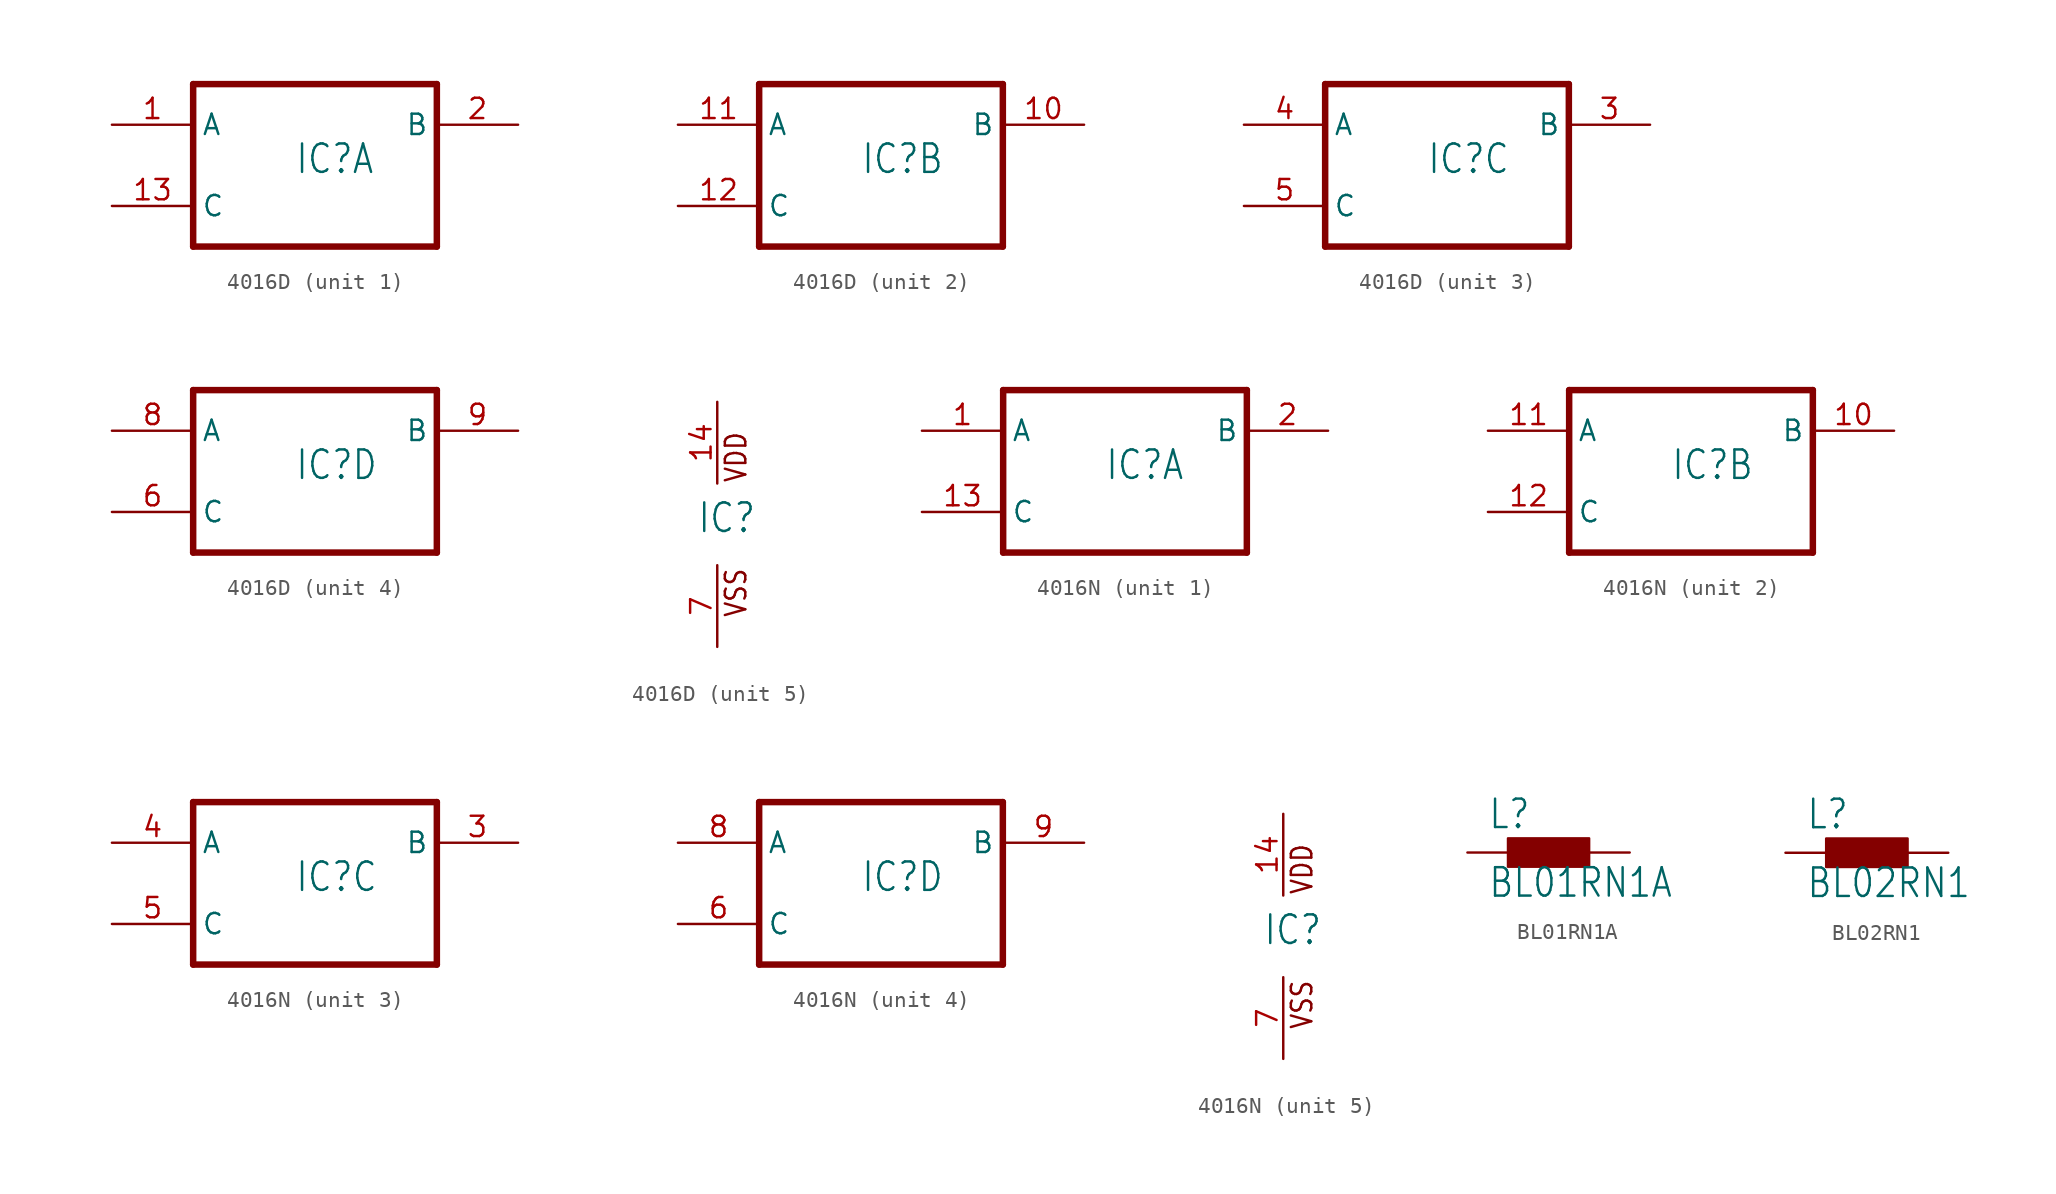
<source format=kicad_sym>
(kicad_symbol_lib
  (version 20211014)
  (generator kicad_symbol_editor)
  (symbol "4016D"
    (property "Reference" "IC"
      (at -1.27 -0.635 0)
      (effects (font (size 1.778 1.511)) (justify left bottom)))
    (property "ki_locked" ""
      (at 0 0 0)
      (effects (font (size 1.27 1.27))))
    (symbol "4016D_1_0"
      (polyline (pts (xy -7.62 -5.08) (xy 7.62 -5.08)) (stroke (width 0.406) (type default) (color 0 0 0 0)) (fill (type none)))
      (polyline (pts (xy -7.62 5.08) (xy -7.62 -5.08)) (stroke (width 0.406) (type default) (color 0 0 0 0)) (fill (type none)))
      (polyline (pts (xy 7.62 -5.08) (xy 7.62 5.08)) (stroke (width 0.406) (type default) (color 0 0 0 0)) (fill (type none)))
      (polyline (pts (xy 7.62 5.08) (xy -7.62 5.08)) (stroke (width 0.406) (type default) (color 0 0 0 0)) (fill (type none)))
      (pin tri_state line (at -12.7 2.54 0) (length 5.08) (name "A" (effects (font (size 1.27 1.27)))) (number "1" (effects (font (size 1.27 1.27)))))
      (pin input line (at -12.7 -2.54 0) (length 5.08) (name "C" (effects (font (size 1.27 1.27)))) (number "13" (effects (font (size 1.27 1.27)))))
      (pin tri_state line (at 12.7 2.54 180) (length 5.08) (name "B" (effects (font (size 1.27 1.27)))) (number "2" (effects (font (size 1.27 1.27))))))
    (symbol "4016D_2_0"
      (polyline (pts (xy -7.62 -5.08) (xy 7.62 -5.08)) (stroke (width 0.406) (type default) (color 0 0 0 0)) (fill (type none)))
      (polyline (pts (xy -7.62 5.08) (xy -7.62 -5.08)) (stroke (width 0.406) (type default) (color 0 0 0 0)) (fill (type none)))
      (polyline (pts (xy 7.62 -5.08) (xy 7.62 5.08)) (stroke (width 0.406) (type default) (color 0 0 0 0)) (fill (type none)))
      (polyline (pts (xy 7.62 5.08) (xy -7.62 5.08)) (stroke (width 0.406) (type default) (color 0 0 0 0)) (fill (type none)))
      (pin tri_state line (at 12.7 2.54 180) (length 5.08) (name "B" (effects (font (size 1.27 1.27)))) (number "10" (effects (font (size 1.27 1.27)))))
      (pin tri_state line (at -12.7 2.54 0) (length 5.08) (name "A" (effects (font (size 1.27 1.27)))) (number "11" (effects (font (size 1.27 1.27)))))
      (pin input line (at -12.7 -2.54 0) (length 5.08) (name "C" (effects (font (size 1.27 1.27)))) (number "12" (effects (font (size 1.27 1.27))))))
    (symbol "4016D_3_0"
      (polyline (pts (xy -7.62 -5.08) (xy 7.62 -5.08)) (stroke (width 0.406) (type default) (color 0 0 0 0)) (fill (type none)))
      (polyline (pts (xy -7.62 5.08) (xy -7.62 -5.08)) (stroke (width 0.406) (type default) (color 0 0 0 0)) (fill (type none)))
      (polyline (pts (xy 7.62 -5.08) (xy 7.62 5.08)) (stroke (width 0.406) (type default) (color 0 0 0 0)) (fill (type none)))
      (polyline (pts (xy 7.62 5.08) (xy -7.62 5.08)) (stroke (width 0.406) (type default) (color 0 0 0 0)) (fill (type none)))
      (pin tri_state line (at 12.7 2.54 180) (length 5.08) (name "B" (effects (font (size 1.27 1.27)))) (number "3" (effects (font (size 1.27 1.27)))))
      (pin tri_state line (at -12.7 2.54 0) (length 5.08) (name "A" (effects (font (size 1.27 1.27)))) (number "4" (effects (font (size 1.27 1.27)))))
      (pin input line (at -12.7 -2.54 0) (length 5.08) (name "C" (effects (font (size 1.27 1.27)))) (number "5" (effects (font (size 1.27 1.27))))))
    (symbol "4016D_4_0"
      (polyline (pts (xy -7.62 -5.08) (xy 7.62 -5.08)) (stroke (width 0.406) (type default) (color 0 0 0 0)) (fill (type none)))
      (polyline (pts (xy -7.62 5.08) (xy -7.62 -5.08)) (stroke (width 0.406) (type default) (color 0 0 0 0)) (fill (type none)))
      (polyline (pts (xy 7.62 -5.08) (xy 7.62 5.08)) (stroke (width 0.406) (type default) (color 0 0 0 0)) (fill (type none)))
      (polyline (pts (xy 7.62 5.08) (xy -7.62 5.08)) (stroke (width 0.406) (type default) (color 0 0 0 0)) (fill (type none)))
      (pin input line (at -12.7 -2.54 0) (length 5.08) (name "C" (effects (font (size 1.27 1.27)))) (number "6" (effects (font (size 1.27 1.27)))))
      (pin tri_state line (at -12.7 2.54 0) (length 5.08) (name "A" (effects (font (size 1.27 1.27)))) (number "8" (effects (font (size 1.27 1.27)))))
      (pin tri_state line (at 12.7 2.54 180) (length 5.08) (name "B" (effects (font (size 1.27 1.27)))) (number "9" (effects (font (size 1.27 1.27))))))
    (symbol "4016D_5_0"
      (text "VDD" (at 1.905 2.54 900) (effects (font (size 1.27 1.079)) (justify left bottom)))
      (text "VSS" (at 1.905 -5.842 900) (effects (font (size 1.27 1.079)) (justify left bottom)))
      (pin power_in line (at 0 7.62 270) (length 5.08) (name "VDD" (effects (font (size 0 0)))) (number "14" (effects (font (size 1.27 1.27)))))
      (pin power_in line (at 0 -7.62 90) (length 5.08) (name "VSS" (effects (font (size 0 0)))) (number "7" (effects (font (size 1.27 1.27)))))))
  (symbol "4016N"
    (property "Reference" "IC"
      (at -1.27 -0.635 0)
      (effects (font (size 1.778 1.511)) (justify left bottom)))
    (property "ki_locked" ""
      (at 0 0 0)
      (effects (font (size 1.27 1.27))))
    (symbol "4016N_1_0"
      (polyline (pts (xy -7.62 -5.08) (xy 7.62 -5.08)) (stroke (width 0.406) (type default) (color 0 0 0 0)) (fill (type none)))
      (polyline (pts (xy -7.62 5.08) (xy -7.62 -5.08)) (stroke (width 0.406) (type default) (color 0 0 0 0)) (fill (type none)))
      (polyline (pts (xy 7.62 -5.08) (xy 7.62 5.08)) (stroke (width 0.406) (type default) (color 0 0 0 0)) (fill (type none)))
      (polyline (pts (xy 7.62 5.08) (xy -7.62 5.08)) (stroke (width 0.406) (type default) (color 0 0 0 0)) (fill (type none)))
      (pin tri_state line (at -12.7 2.54 0) (length 5.08) (name "A" (effects (font (size 1.27 1.27)))) (number "1" (effects (font (size 1.27 1.27)))))
      (pin input line (at -12.7 -2.54 0) (length 5.08) (name "C" (effects (font (size 1.27 1.27)))) (number "13" (effects (font (size 1.27 1.27)))))
      (pin tri_state line (at 12.7 2.54 180) (length 5.08) (name "B" (effects (font (size 1.27 1.27)))) (number "2" (effects (font (size 1.27 1.27))))))
    (symbol "4016N_2_0"
      (polyline (pts (xy -7.62 -5.08) (xy 7.62 -5.08)) (stroke (width 0.406) (type default) (color 0 0 0 0)) (fill (type none)))
      (polyline (pts (xy -7.62 5.08) (xy -7.62 -5.08)) (stroke (width 0.406) (type default) (color 0 0 0 0)) (fill (type none)))
      (polyline (pts (xy 7.62 -5.08) (xy 7.62 5.08)) (stroke (width 0.406) (type default) (color 0 0 0 0)) (fill (type none)))
      (polyline (pts (xy 7.62 5.08) (xy -7.62 5.08)) (stroke (width 0.406) (type default) (color 0 0 0 0)) (fill (type none)))
      (pin tri_state line (at 12.7 2.54 180) (length 5.08) (name "B" (effects (font (size 1.27 1.27)))) (number "10" (effects (font (size 1.27 1.27)))))
      (pin tri_state line (at -12.7 2.54 0) (length 5.08) (name "A" (effects (font (size 1.27 1.27)))) (number "11" (effects (font (size 1.27 1.27)))))
      (pin input line (at -12.7 -2.54 0) (length 5.08) (name "C" (effects (font (size 1.27 1.27)))) (number "12" (effects (font (size 1.27 1.27))))))
    (symbol "4016N_3_0"
      (polyline (pts (xy -7.62 -5.08) (xy 7.62 -5.08)) (stroke (width 0.406) (type default) (color 0 0 0 0)) (fill (type none)))
      (polyline (pts (xy -7.62 5.08) (xy -7.62 -5.08)) (stroke (width 0.406) (type default) (color 0 0 0 0)) (fill (type none)))
      (polyline (pts (xy 7.62 -5.08) (xy 7.62 5.08)) (stroke (width 0.406) (type default) (color 0 0 0 0)) (fill (type none)))
      (polyline (pts (xy 7.62 5.08) (xy -7.62 5.08)) (stroke (width 0.406) (type default) (color 0 0 0 0)) (fill (type none)))
      (pin tri_state line (at 12.7 2.54 180) (length 5.08) (name "B" (effects (font (size 1.27 1.27)))) (number "3" (effects (font (size 1.27 1.27)))))
      (pin tri_state line (at -12.7 2.54 0) (length 5.08) (name "A" (effects (font (size 1.27 1.27)))) (number "4" (effects (font (size 1.27 1.27)))))
      (pin input line (at -12.7 -2.54 0) (length 5.08) (name "C" (effects (font (size 1.27 1.27)))) (number "5" (effects (font (size 1.27 1.27))))))
    (symbol "4016N_4_0"
      (polyline (pts (xy -7.62 -5.08) (xy 7.62 -5.08)) (stroke (width 0.406) (type default) (color 0 0 0 0)) (fill (type none)))
      (polyline (pts (xy -7.62 5.08) (xy -7.62 -5.08)) (stroke (width 0.406) (type default) (color 0 0 0 0)) (fill (type none)))
      (polyline (pts (xy 7.62 -5.08) (xy 7.62 5.08)) (stroke (width 0.406) (type default) (color 0 0 0 0)) (fill (type none)))
      (polyline (pts (xy 7.62 5.08) (xy -7.62 5.08)) (stroke (width 0.406) (type default) (color 0 0 0 0)) (fill (type none)))
      (pin input line (at -12.7 -2.54 0) (length 5.08) (name "C" (effects (font (size 1.27 1.27)))) (number "6" (effects (font (size 1.27 1.27)))))
      (pin tri_state line (at -12.7 2.54 0) (length 5.08) (name "A" (effects (font (size 1.27 1.27)))) (number "8" (effects (font (size 1.27 1.27)))))
      (pin tri_state line (at 12.7 2.54 180) (length 5.08) (name "B" (effects (font (size 1.27 1.27)))) (number "9" (effects (font (size 1.27 1.27))))))
    (symbol "4016N_5_0"
      (text "VDD" (at 1.905 2.54 900) (effects (font (size 1.27 1.079)) (justify left bottom)))
      (text "VSS" (at 1.905 -5.842 900) (effects (font (size 1.27 1.079)) (justify left bottom)))
      (pin power_in line (at 0 7.62 270) (length 5.08) (name "VDD" (effects (font (size 0 0)))) (number "14" (effects (font (size 1.27 1.27)))))
      (pin power_in line (at 0 -7.62 90) (length 5.08) (name "VSS" (effects (font (size 0 0)))) (number "7" (effects (font (size 1.27 1.27)))))))
  (symbol "BL01RN1A"
    (property "Reference" "L"
      (at -3.81 1.372 0)
      (effects (font (size 1.778 1.511)) (justify left bottom)))
    (property "Value" "BL01RN1A"
      (at -3.81 -2.921 0)
      (effects (font (size 1.778 1.511)) (justify left bottom)))
    (property "ki_locked" ""
      (at 0 0 0)
      (effects (font (size 1.27 1.27))))
    (symbol "BL01RN1A_1_0"
      (rectangle (start -2.54 -0.889) (end 2.54 0.889) (stroke (width 0) (type default) (color 0 0 0 0)) (fill (type outline)))
      (pin passive line (at -5.08 0 0) (length 2.54) (name "1" (effects (font (size 0 0)))) (number "1" (effects (font (size 0 0)))))
      (pin passive line (at 5.08 0 180) (length 2.54) (name "2" (effects (font (size 0 0)))) (number "2" (effects (font (size 0 0)))))))
  (symbol "BL02RN1"
    (property "Reference" "L"
      (at -3.81 1.372 0)
      (effects (font (size 1.778 1.511)) (justify left bottom)))
    (property "Value" "BL02RN1"
      (at -3.81 -2.921 0)
      (effects (font (size 1.778 1.511)) (justify left bottom)))
    (property "ki_locked" ""
      (at 0 0 0)
      (effects (font (size 1.27 1.27))))
    (symbol "BL02RN1_1_0"
      (rectangle (start -2.54 -0.889) (end 2.54 0.889) (stroke (width 0) (type default) (color 0 0 0 0)) (fill (type outline)))
      (pin passive line (at -5.08 0 0) (length 2.54) (name "1" (effects (font (size 0 0)))) (number "1" (effects (font (size 0 0)))))
      (pin passive line (at 5.08 0 180) (length 2.54) (name "2" (effects (font (size 0 0)))) (number "2" (effects (font (size 0 0))))))))
</source>
